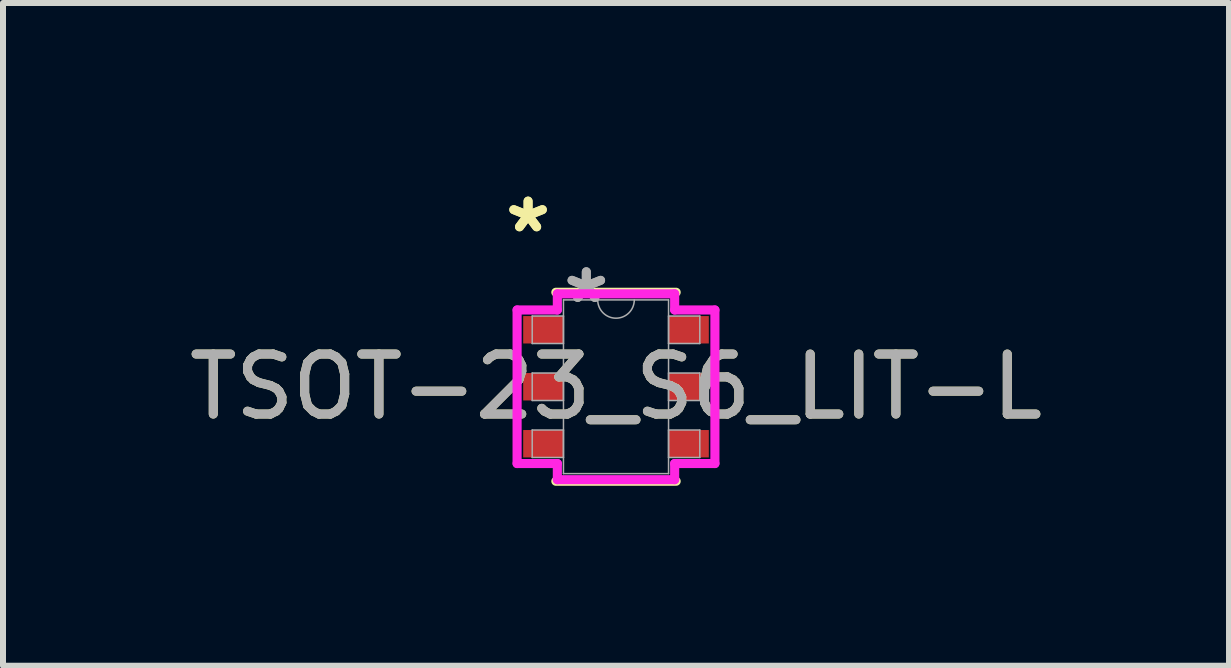
<source format=kicad_pcb>
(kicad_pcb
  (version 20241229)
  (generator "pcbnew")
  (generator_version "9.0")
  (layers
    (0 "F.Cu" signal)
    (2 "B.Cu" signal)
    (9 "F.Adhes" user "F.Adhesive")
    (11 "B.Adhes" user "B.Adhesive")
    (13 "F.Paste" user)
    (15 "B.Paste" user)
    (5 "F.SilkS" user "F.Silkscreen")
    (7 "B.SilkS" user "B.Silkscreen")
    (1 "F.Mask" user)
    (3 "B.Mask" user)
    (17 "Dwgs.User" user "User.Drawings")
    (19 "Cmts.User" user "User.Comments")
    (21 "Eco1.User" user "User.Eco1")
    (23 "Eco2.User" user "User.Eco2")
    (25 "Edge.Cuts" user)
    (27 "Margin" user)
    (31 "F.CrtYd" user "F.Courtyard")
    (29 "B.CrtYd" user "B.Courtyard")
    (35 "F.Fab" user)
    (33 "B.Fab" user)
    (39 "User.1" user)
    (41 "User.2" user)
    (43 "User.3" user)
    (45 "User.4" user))
  (footprint "TSOT-23_S6_LIT-L"
    (layer "F.Cu")
    (at 7.22 3.398)
    (property "Reference" "TSOT-23_S6_LIT-L" (at 0 0 0) (unlocked yes) (layer "F.SilkS") (effects (font (size 1 1) (thickness 0.15))))
    (attr smd)
    (fp_line (start -1.003 1.575) (end 1.003 1.575) (stroke (width 0.152) (type solid)) (layer "F.SilkS"))
    (fp_line (start 1.003 -1.575) (end -1.003 -1.575) (stroke (width 0.152) (type solid)) (layer "F.SilkS"))
    (fp_line (start -1.649 -1.28) (end -0.978 -1.28) (stroke (width 0.152) (type solid)) (layer "F.CrtYd"))
    (fp_line (start -1.649 1.28) (end -1.649 -1.28) (stroke (width 0.152) (type solid)) (layer "F.CrtYd"))
    (fp_line (start -1.649 1.28) (end -0.978 1.28) (stroke (width 0.152) (type solid)) (layer "F.CrtYd"))
    (fp_line (start -0.978 -1.549) (end 0.978 -1.549) (stroke (width 0.152) (type solid)) (layer "F.CrtYd"))
    (fp_line (start -0.978 -1.28) (end -0.978 -1.549) (stroke (width 0.152) (type solid)) (layer "F.CrtYd"))
    (fp_line (start -0.978 1.549) (end -0.978 1.28) (stroke (width 0.152) (type solid)) (layer "F.CrtYd"))
    (fp_line (start 0.978 -1.549) (end 0.978 -1.28) (stroke (width 0.152) (type solid)) (layer "F.CrtYd"))
    (fp_line (start 0.978 1.28) (end 0.978 1.549) (stroke (width 0.152) (type solid)) (layer "F.CrtYd"))
    (fp_line (start 0.978 1.549) (end -0.978 1.549) (stroke (width 0.152) (type solid)) (layer "F.CrtYd"))
    (fp_line (start 1.649 -1.28) (end 0.978 -1.28) (stroke (width 0.152) (type solid)) (layer "F.CrtYd"))
    (fp_line (start 1.649 -1.28) (end 1.649 1.28) (stroke (width 0.152) (type solid)) (layer "F.CrtYd"))
    (fp_line (start 1.649 1.28) (end 0.978 1.28) (stroke (width 0.152) (type solid)) (layer "F.CrtYd"))
    (fp_line (start -1.397 -1.179) (end -1.397 -0.721) (stroke (width 0.025) (type solid)) (layer "F.Fab"))
    (fp_line (start -1.397 -0.721) (end -0.876 -0.721) (stroke (width 0.025) (type solid)) (layer "F.Fab"))
    (fp_line (start -1.397 -0.229) (end -1.397 0.229) (stroke (width 0.025) (type solid)) (layer "F.Fab"))
    (fp_line (start -1.397 0.229) (end -0.876 0.229) (stroke (width 0.025) (type solid)) (layer "F.Fab"))
    (fp_line (start -1.397 0.721) (end -1.397 1.179) (stroke (width 0.025) (type solid)) (layer "F.Fab"))
    (fp_line (start -1.397 1.179) (end -0.876 1.179) (stroke (width 0.025) (type solid)) (layer "F.Fab"))
    (fp_line (start -0.876 -1.448) (end -0.876 1.448) (stroke (width 0.025) (type solid)) (layer "F.Fab"))
    (fp_line (start -0.876 -1.179) (end -1.397 -1.179) (stroke (width 0.025) (type solid)) (layer "F.Fab"))
    (fp_line (start -0.876 -0.721) (end -0.876 -1.179) (stroke (width 0.025) (type solid)) (layer "F.Fab"))
    (fp_line (start -0.876 -0.229) (end -1.397 -0.229) (stroke (width 0.025) (type solid)) (layer "F.Fab"))
    (fp_line (start -0.876 0.229) (end -0.876 -0.229) (stroke (width 0.025) (type solid)) (layer "F.Fab"))
    (fp_line (start -0.876 0.721) (end -1.397 0.721) (stroke (width 0.025) (type solid)) (layer "F.Fab"))
    (fp_line (start -0.876 1.179) (end -0.876 0.721) (stroke (width 0.025) (type solid)) (layer "F.Fab"))
    (fp_line (start -0.876 1.448) (end 0.876 1.448) (stroke (width 0.025) (type solid)) (layer "F.Fab"))
    (fp_line (start 0.876 -1.448) (end -0.876 -1.448) (stroke (width 0.025) (type solid)) (layer "F.Fab"))
    (fp_line (start 0.876 -1.179) (end 0.876 -0.721) (stroke (width 0.025) (type solid)) (layer "F.Fab"))
    (fp_line (start 0.876 -0.721) (end 1.397 -0.721) (stroke (width 0.025) (type solid)) (layer "F.Fab"))
    (fp_line (start 0.876 -0.229) (end 0.876 0.229) (stroke (width 0.025) (type solid)) (layer "F.Fab"))
    (fp_line (start 0.876 0.229) (end 1.397 0.229) (stroke (width 0.025) (type solid)) (layer "F.Fab"))
    (fp_line (start 0.876 0.721) (end 0.876 1.179) (stroke (width 0.025) (type solid)) (layer "F.Fab"))
    (fp_line (start 0.876 1.179) (end 1.397 1.179) (stroke (width 0.025) (type solid)) (layer "F.Fab"))
    (fp_line (start 0.876 1.448) (end 0.876 -1.448) (stroke (width 0.025) (type solid)) (layer "F.Fab"))
    (fp_line (start 1.397 -1.179) (end 0.876 -1.179) (stroke (width 0.025) (type solid)) (layer "F.Fab"))
    (fp_line (start 1.397 -0.721) (end 1.397 -1.179) (stroke (width 0.025) (type solid)) (layer "F.Fab"))
    (fp_line (start 1.397 -0.229) (end 0.876 -0.229) (stroke (width 0.025) (type solid)) (layer "F.Fab"))
    (fp_line (start 1.397 0.229) (end 1.397 -0.229) (stroke (width 0.025) (type solid)) (layer "F.Fab"))
    (fp_line (start 1.397 0.721) (end 0.876 0.721) (stroke (width 0.025) (type solid)) (layer "F.Fab"))
    (fp_line (start 1.397 1.179) (end 1.397 0.721) (stroke (width 0.025) (type solid)) (layer "F.Fab"))
    (fp_arc (start 0.3048 -1.4478) (mid 0 -1.143) (end -0.3048 -1.4478) (stroke (width 0.0254) (type solid)) (layer "F.Fab"))
    (fp_text user "*" (at -1.466 -2.55 0) (layer "F.SilkS") (effects (font (size 1 1) (thickness 0.15))))
    (fp_text user "*" (at -1.466 -2.55 0) (unlocked yes) (layer "F.SilkS") (effects (font (size 1 1) (thickness 0.15))))
    (fp_text user "*" (at -0.495 -1.372 0) (layer "F.Fab") (effects (font (size 1 1) (thickness 0.15))))
    (fp_text user "*" (at -0.495 -1.372 0) (unlocked yes) (layer "F.Fab") (effects (font (size 1 1) (thickness 0.15))))
    (fp_text user "${REFERENCE}" (at 0 0 0) (unlocked yes) (layer "F.Fab") (effects (font (size 1 1) (thickness 0.15))))
    (pad "1" smd rect (at -1.212 -0.95) (size 0.671 0.457) (layers "F.Cu" "F.Mask" "F.Paste"))
    (pad "2" smd rect (at -1.212 0) (size 0.671 0.457) (layers "F.Cu" "F.Mask" "F.Paste"))
    (pad "3" smd rect (at -1.212 0.95) (size 0.671 0.457) (layers "F.Cu" "F.Mask" "F.Paste"))
    (pad "4" smd rect (at 1.212 0.95) (size 0.671 0.457) (layers "F.Cu" "F.Mask" "F.Paste"))
    (pad "5" smd rect (at 1.212 0) (size 0.671 0.457) (layers "F.Cu" "F.Mask" "F.Paste"))
    (pad "6" smd rect (at 1.212 -0.95) (size 0.671 0.457) (layers "F.Cu" "F.Mask" "F.Paste")))
  (gr_rect
    (start -3 -3)
    (end 17.44 8.049)
    (stroke (width 0.1) (type default))
    (fill no)
    (layer "Edge.Cuts")))
</source>
